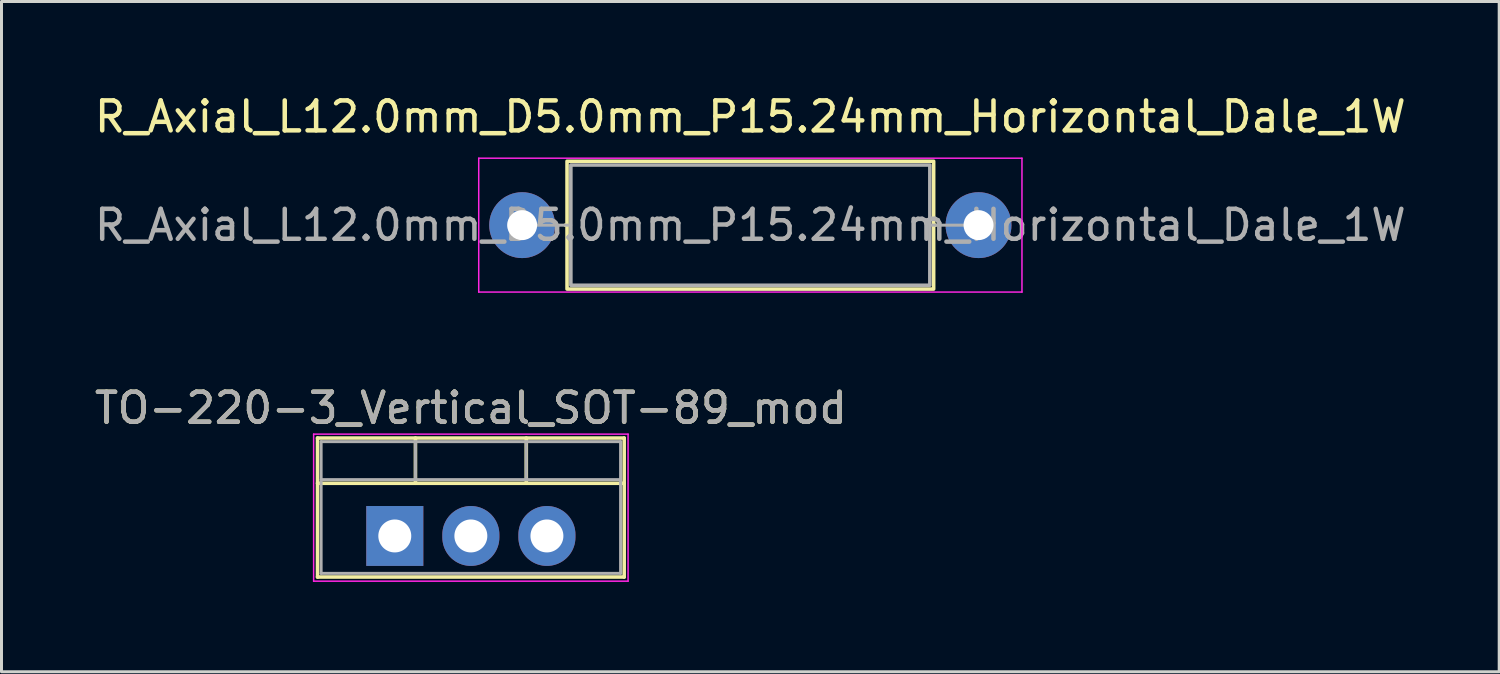
<source format=kicad_pcb>
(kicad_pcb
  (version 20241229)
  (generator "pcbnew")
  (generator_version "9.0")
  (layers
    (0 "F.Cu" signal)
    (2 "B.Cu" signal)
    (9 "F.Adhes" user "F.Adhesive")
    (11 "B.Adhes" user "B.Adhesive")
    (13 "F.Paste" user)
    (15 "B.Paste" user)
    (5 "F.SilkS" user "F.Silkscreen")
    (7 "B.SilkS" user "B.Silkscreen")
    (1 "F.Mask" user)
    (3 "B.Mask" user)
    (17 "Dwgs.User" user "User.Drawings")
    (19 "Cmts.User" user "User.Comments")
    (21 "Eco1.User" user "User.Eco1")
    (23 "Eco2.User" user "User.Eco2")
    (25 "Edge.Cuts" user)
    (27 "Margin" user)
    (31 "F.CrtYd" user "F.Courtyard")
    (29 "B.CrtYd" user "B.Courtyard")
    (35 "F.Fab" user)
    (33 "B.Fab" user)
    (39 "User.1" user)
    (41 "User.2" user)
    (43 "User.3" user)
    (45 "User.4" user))
  (footprint "TO-220-3_Vertical_SOT-89_mod"
    (layer "F.Cu")
    (at 10.133 14.847)
    (property "Reference" "TO-220-3_Vertical_SOT-89_mod" (at 2.54 -4.27 0) (layer "F.SilkS") (effects (font (size 1 1) (thickness 0.15))))
    (attr through_hole)
    (fp_line (start -2.58 -3.27) (end -2.58 1.371) (stroke (width 0.12) (type solid)) (layer "F.SilkS"))
    (fp_line (start -2.58 -3.27) (end 7.66 -3.27) (stroke (width 0.12) (type solid)) (layer "F.SilkS"))
    (fp_line (start -2.58 -1.76) (end 7.66 -1.76) (stroke (width 0.12) (type solid)) (layer "F.SilkS"))
    (fp_line (start -2.58 1.371) (end 7.66 1.371) (stroke (width 0.12) (type solid)) (layer "F.SilkS"))
    (fp_line (start 0.69 -3.27) (end 0.69 -1.76) (stroke (width 0.12) (type solid)) (layer "F.SilkS"))
    (fp_line (start 4.391 -3.27) (end 4.391 -1.76) (stroke (width 0.12) (type solid)) (layer "F.SilkS"))
    (fp_line (start 7.66 -3.27) (end 7.66 1.371) (stroke (width 0.12) (type solid)) (layer "F.SilkS"))
    (fp_line (start -2.71 -3.4) (end -2.71 1.51) (stroke (width 0.05) (type solid)) (layer "F.CrtYd"))
    (fp_line (start -2.71 1.51) (end 7.79 1.51) (stroke (width 0.05) (type solid)) (layer "F.CrtYd"))
    (fp_line (start 7.79 -3.4) (end -2.71 -3.4) (stroke (width 0.05) (type solid)) (layer "F.CrtYd"))
    (fp_line (start 7.79 1.51) (end 7.79 -3.4) (stroke (width 0.05) (type solid)) (layer "F.CrtYd"))
    (fp_line (start -2.46 -3.15) (end -2.46 1.25) (stroke (width 0.1) (type solid)) (layer "F.Fab"))
    (fp_line (start -2.46 -1.88) (end 7.54 -1.88) (stroke (width 0.1) (type solid)) (layer "F.Fab"))
    (fp_line (start -2.46 1.25) (end 7.54 1.25) (stroke (width 0.1) (type solid)) (layer "F.Fab"))
    (fp_line (start 0.69 -3.15) (end 0.69 -1.88) (stroke (width 0.1) (type solid)) (layer "F.Fab"))
    (fp_line (start 4.39 -3.15) (end 4.39 -1.88) (stroke (width 0.1) (type solid)) (layer "F.Fab"))
    (fp_line (start 7.54 -3.15) (end -2.46 -3.15) (stroke (width 0.1) (type solid)) (layer "F.Fab"))
    (fp_line (start 7.54 1.25) (end 7.54 -3.15) (stroke (width 0.1) (type solid)) (layer "F.Fab"))
    (fp_text user "${REFERENCE}" (at 2.54 -4.27 0) (layer "F.Fab") (effects (font (size 1 1) (thickness 0.15))))
    (pad "1" thru_hole rect (at 0 0) (size 1.905 2) (drill 1.1) (layers "*.Cu" "*.Mask"))
    (pad "2" thru_hole oval (at 2.54 0) (size 1.905 2) (drill 1.1) (layers "*.Cu" "*.Mask"))
    (pad "3" thru_hole oval (at 5.08 0) (size 1.905 2) (drill 1.1) (layers "*.Cu" "*.Mask")))
  (footprint "R_Axial_L12.0mm_D5.0mm_P15.24mm_Horizontal_Dale_1W"
    (layer "F.Cu")
    (at 14.386 4.468)
    (property "Reference" "R_Axial_L12.0mm_D5.0mm_P15.24mm_Horizontal_Dale_1W" (at 7.62 -3.62 0) (layer "F.SilkS") (effects (font (size 1 1) (thickness 0.15))))
    (attr through_hole)
    (fp_line (start 1.44 0) (end 1.5 0) (stroke (width 0.12) (type solid)) (layer "F.SilkS"))
    (fp_line (start 13.8 0) (end 13.74 0) (stroke (width 0.12) (type solid)) (layer "F.SilkS"))
    (fp_rect (start 1.499 -2.134) (end 13.741 2.134) (stroke (width 0.12) (type solid)) (fill no) (layer "F.SilkS"))
    (fp_line (start -1.45 -2.235) (end -1.45 2.235) (stroke (width 0.05) (type solid)) (layer "F.CrtYd"))
    (fp_line (start -1.45 2.235) (end 16.69 2.235) (stroke (width 0.05) (type solid)) (layer "F.CrtYd"))
    (fp_line (start 16.69 -2.235) (end -1.45 -2.235) (stroke (width 0.05) (type solid)) (layer "F.CrtYd"))
    (fp_line (start 16.69 2.235) (end 16.69 -2.235) (stroke (width 0.05) (type solid)) (layer "F.CrtYd"))
    (fp_line (start 0 0) (end 1.62 0) (stroke (width 0.1) (type solid)) (layer "F.Fab"))
    (fp_line (start 15.24 0) (end 13.62 0) (stroke (width 0.1) (type solid)) (layer "F.Fab"))
    (fp_rect (start 1.626 -2.007) (end 13.614 2.007) (stroke (width 0.12) (type solid)) (fill no) (layer "F.Fab"))
    (fp_text user "${REFERENCE}" (at 7.62 0 0) (layer "F.Fab") (effects (font (size 1 1) (thickness 0.15))))
    (pad "1" thru_hole circle (at 0 0) (size 2.2 2.2) (drill 1) (layers "*.Cu" "*.Mask"))
    (pad "2" thru_hole circle (at 15.24 0) (size 2.2 2.2) (drill 1) (layers "*.Cu" "*.Mask")))
  (gr_rect
    (start -3 -3)
    (end 47.012 19.382)
    (stroke (width 0.1) (type default))
    (fill no)
    (layer "Edge.Cuts")))
</source>
